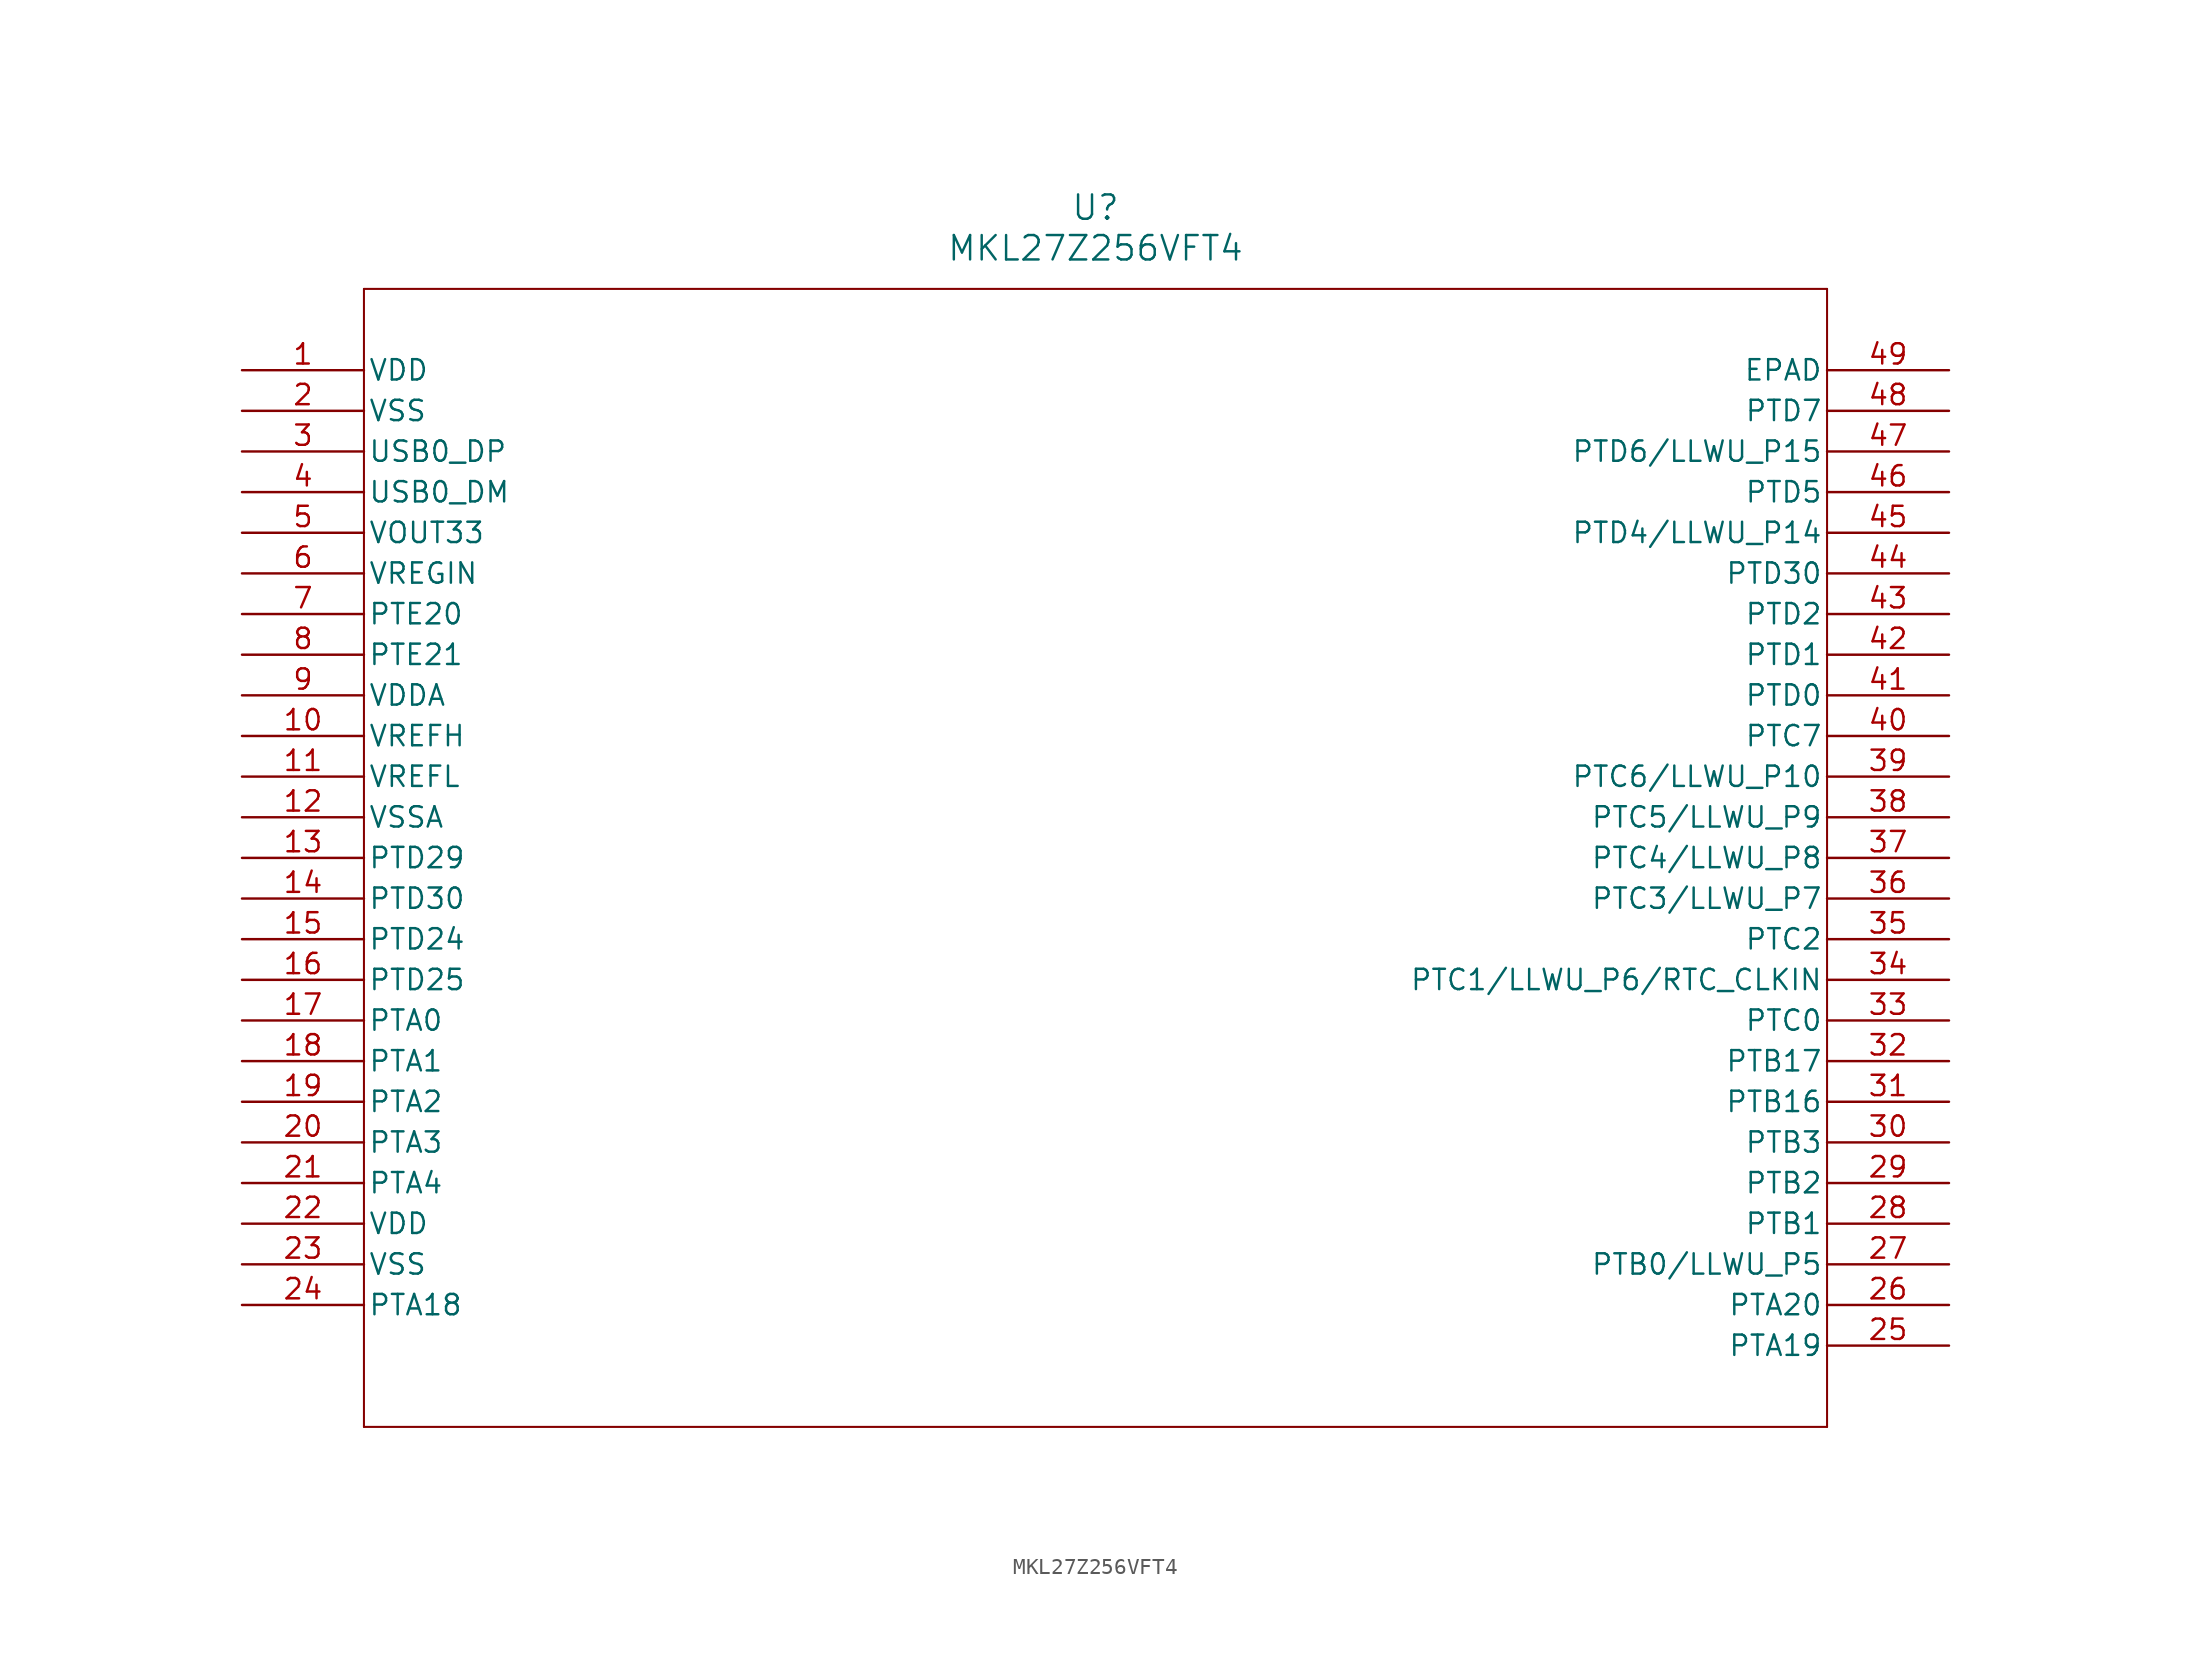
<source format=kicad_sym>
(kicad_symbol_lib
  (version 20211014)
  (generator kicad_symbol_editor)
  (symbol "MKL27Z256VFT4"
    (pin_names
      (offset 0.254))
    (property "Reference" "U"
      (at 53.34 10.16 0)
      (effects (font (size 1.524 1.524))))
    (property "Value" "MKL27Z256VFT4"
      (at 53.34 7.62 0)
      (effects (font (size 1.524 1.524))))
    (symbol "MKL27Z256VFT4_0_1"
      (polyline (pts (xy 7.62 5.08) (xy 7.62 -66.04)) (stroke (width 0.127) (type default) (color 0 0 0 0)) (fill (type none)))
      (polyline (pts (xy 7.62 -66.04) (xy 99.06 -66.04)) (stroke (width 0.127) (type default) (color 0 0 0 0)) (fill (type none)))
      (polyline (pts (xy 99.06 -66.04) (xy 99.06 5.08)) (stroke (width 0.127) (type default) (color 0 0 0 0)) (fill (type none)))
      (polyline (pts (xy 99.06 5.08) (xy 7.62 5.08)) (stroke (width 0.127) (type default) (color 0 0 0 0)) (fill (type none)))
      (pin power_in line (at 0 0 0) (length 7.62) (name "VDD" (effects (font (size 1.27 1.27)))) (number "1" (effects (font (size 1.27 1.27)))))
      (pin power_in line (at 0 -2.54 0) (length 7.62) (name "VSS" (effects (font (size 1.27 1.27)))) (number "2" (effects (font (size 1.27 1.27)))))
      (pin unspecified line (at 0 -5.08 0) (length 7.62) (name "USB0_DP" (effects (font (size 1.27 1.27)))) (number "3" (effects (font (size 1.27 1.27)))))
      (pin unspecified line (at 0 -7.62 0) (length 7.62) (name "USB0_DM" (effects (font (size 1.27 1.27)))) (number "4" (effects (font (size 1.27 1.27)))))
      (pin output line (at 0 -10.16 0) (length 7.62) (name "VOUT33" (effects (font (size 1.27 1.27)))) (number "5" (effects (font (size 1.27 1.27)))))
      (pin input line (at 0 -12.7 0) (length 7.62) (name "VREGIN" (effects (font (size 1.27 1.27)))) (number "6" (effects (font (size 1.27 1.27)))))
      (pin bidirectional line (at 0 -15.24 0) (length 7.62) (name "PTE20" (effects (font (size 1.27 1.27)))) (number "7" (effects (font (size 1.27 1.27)))))
      (pin bidirectional line (at 0 -17.78 0) (length 7.62) (name "PTE21" (effects (font (size 1.27 1.27)))) (number "8" (effects (font (size 1.27 1.27)))))
      (pin power_in line (at 0 -20.32 0) (length 7.62) (name "VDDA" (effects (font (size 1.27 1.27)))) (number "9" (effects (font (size 1.27 1.27)))))
      (pin power_in line (at 0 -22.86 0) (length 7.62) (name "VREFH" (effects (font (size 1.27 1.27)))) (number "10" (effects (font (size 1.27 1.27)))))
      (pin power_in line (at 0 -25.4 0) (length 7.62) (name "VREFL" (effects (font (size 1.27 1.27)))) (number "11" (effects (font (size 1.27 1.27)))))
      (pin power_in line (at 0 -27.94 0) (length 7.62) (name "VSSA" (effects (font (size 1.27 1.27)))) (number "12" (effects (font (size 1.27 1.27)))))
      (pin bidirectional line (at 0 -30.48 0) (length 7.62) (name "PTD29" (effects (font (size 1.27 1.27)))) (number "13" (effects (font (size 1.27 1.27)))))
      (pin bidirectional line (at 0 -33.02 0) (length 7.62) (name "PTD30" (effects (font (size 1.27 1.27)))) (number "14" (effects (font (size 1.27 1.27)))))
      (pin bidirectional line (at 0 -35.56 0) (length 7.62) (name "PTD24" (effects (font (size 1.27 1.27)))) (number "15" (effects (font (size 1.27 1.27)))))
      (pin bidirectional line (at 0 -38.1 0) (length 7.62) (name "PTD25" (effects (font (size 1.27 1.27)))) (number "16" (effects (font (size 1.27 1.27)))))
      (pin bidirectional line (at 0 -40.64 0) (length 7.62) (name "PTA0" (effects (font (size 1.27 1.27)))) (number "17" (effects (font (size 1.27 1.27)))))
      (pin bidirectional line (at 0 -43.18 0) (length 7.62) (name "PTA1" (effects (font (size 1.27 1.27)))) (number "18" (effects (font (size 1.27 1.27)))))
      (pin bidirectional line (at 0 -45.72 0) (length 7.62) (name "PTA2" (effects (font (size 1.27 1.27)))) (number "19" (effects (font (size 1.27 1.27)))))
      (pin bidirectional line (at 0 -48.26 0) (length 7.62) (name "PTA3" (effects (font (size 1.27 1.27)))) (number "20" (effects (font (size 1.27 1.27)))))
      (pin bidirectional line (at 0 -50.8 0) (length 7.62) (name "PTA4" (effects (font (size 1.27 1.27)))) (number "21" (effects (font (size 1.27 1.27)))))
      (pin power_in line (at 0 -53.34 0) (length 7.62) (name "VDD" (effects (font (size 1.27 1.27)))) (number "22" (effects (font (size 1.27 1.27)))))
      (pin power_in line (at 0 -55.88 0) (length 7.62) (name "VSS" (effects (font (size 1.27 1.27)))) (number "23" (effects (font (size 1.27 1.27)))))
      (pin bidirectional line (at 0 -58.42 0) (length 7.62) (name "PTA18" (effects (font (size 1.27 1.27)))) (number "24" (effects (font (size 1.27 1.27)))))
      (pin bidirectional line (at 106.68 -60.96 180) (length 7.62) (name "PTA19" (effects (font (size 1.27 1.27)))) (number "25" (effects (font (size 1.27 1.27)))))
      (pin bidirectional line (at 106.68 -58.42 180) (length 7.62) (name "PTA20" (effects (font (size 1.27 1.27)))) (number "26" (effects (font (size 1.27 1.27)))))
      (pin bidirectional line (at 106.68 -55.88 180) (length 7.62) (name "PTB0/LLWU_P5" (effects (font (size 1.27 1.27)))) (number "27" (effects (font (size 1.27 1.27)))))
      (pin bidirectional line (at 106.68 -53.34 180) (length 7.62) (name "PTB1" (effects (font (size 1.27 1.27)))) (number "28" (effects (font (size 1.27 1.27)))))
      (pin bidirectional line (at 106.68 -50.8 180) (length 7.62) (name "PTB2" (effects (font (size 1.27 1.27)))) (number "29" (effects (font (size 1.27 1.27)))))
      (pin bidirectional line (at 106.68 -48.26 180) (length 7.62) (name "PTB3" (effects (font (size 1.27 1.27)))) (number "30" (effects (font (size 1.27 1.27)))))
      (pin bidirectional line (at 106.68 -45.72 180) (length 7.62) (name "PTB16" (effects (font (size 1.27 1.27)))) (number "31" (effects (font (size 1.27 1.27)))))
      (pin bidirectional line (at 106.68 -43.18 180) (length 7.62) (name "PTB17" (effects (font (size 1.27 1.27)))) (number "32" (effects (font (size 1.27 1.27)))))
      (pin bidirectional line (at 106.68 -40.64 180) (length 7.62) (name "PTC0" (effects (font (size 1.27 1.27)))) (number "33" (effects (font (size 1.27 1.27)))))
      (pin bidirectional line (at 106.68 -38.1 180) (length 7.62) (name "PTC1/LLWU_P6/RTC_CLKIN" (effects (font (size 1.27 1.27)))) (number "34" (effects (font (size 1.27 1.27)))))
      (pin bidirectional line (at 106.68 -35.56 180) (length 7.62) (name "PTC2" (effects (font (size 1.27 1.27)))) (number "35" (effects (font (size 1.27 1.27)))))
      (pin bidirectional line (at 106.68 -33.02 180) (length 7.62) (name "PTC3/LLWU_P7" (effects (font (size 1.27 1.27)))) (number "36" (effects (font (size 1.27 1.27)))))
      (pin bidirectional line (at 106.68 -30.48 180) (length 7.62) (name "PTC4/LLWU_P8" (effects (font (size 1.27 1.27)))) (number "37" (effects (font (size 1.27 1.27)))))
      (pin bidirectional line (at 106.68 -27.94 180) (length 7.62) (name "PTC5/LLWU_P9" (effects (font (size 1.27 1.27)))) (number "38" (effects (font (size 1.27 1.27)))))
      (pin bidirectional line (at 106.68 -25.4 180) (length 7.62) (name "PTC6/LLWU_P10" (effects (font (size 1.27 1.27)))) (number "39" (effects (font (size 1.27 1.27)))))
      (pin bidirectional line (at 106.68 -22.86 180) (length 7.62) (name "PTC7" (effects (font (size 1.27 1.27)))) (number "40" (effects (font (size 1.27 1.27)))))
      (pin bidirectional line (at 106.68 -20.32 180) (length 7.62) (name "PTD0" (effects (font (size 1.27 1.27)))) (number "41" (effects (font (size 1.27 1.27)))))
      (pin bidirectional line (at 106.68 -17.78 180) (length 7.62) (name "PTD1" (effects (font (size 1.27 1.27)))) (number "42" (effects (font (size 1.27 1.27)))))
      (pin bidirectional line (at 106.68 -15.24 180) (length 7.62) (name "PTD2" (effects (font (size 1.27 1.27)))) (number "43" (effects (font (size 1.27 1.27)))))
      (pin bidirectional line (at 106.68 -12.7 180) (length 7.62) (name "PTD30" (effects (font (size 1.27 1.27)))) (number "44" (effects (font (size 1.27 1.27)))))
      (pin bidirectional line (at 106.68 -10.16 180) (length 7.62) (name "PTD4/LLWU_P14" (effects (font (size 1.27 1.27)))) (number "45" (effects (font (size 1.27 1.27)))))
      (pin bidirectional line (at 106.68 -7.62 180) (length 7.62) (name "PTD5" (effects (font (size 1.27 1.27)))) (number "46" (effects (font (size 1.27 1.27)))))
      (pin bidirectional line (at 106.68 -5.08 180) (length 7.62) (name "PTD6/LLWU_P15" (effects (font (size 1.27 1.27)))) (number "47" (effects (font (size 1.27 1.27)))))
      (pin bidirectional line (at 106.68 -2.54 180) (length 7.62) (name "PTD7" (effects (font (size 1.27 1.27)))) (number "48" (effects (font (size 1.27 1.27)))))
      (pin unspecified line (at 106.68 0 180) (length 7.62) (name "EPAD" (effects (font (size 1.27 1.27)))) (number "49" (effects (font (size 1.27 1.27))))))))
</source>
